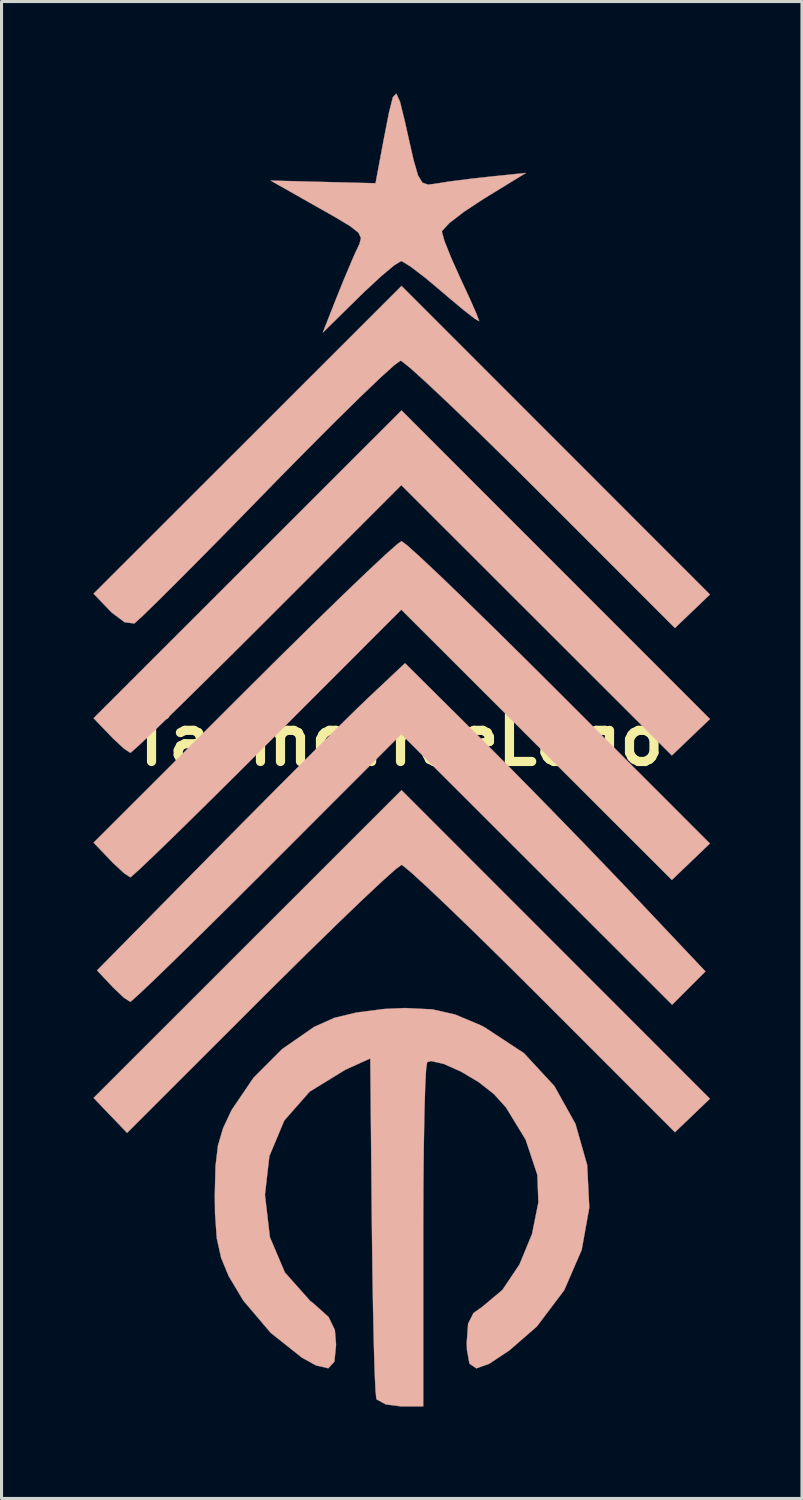
<source format=kicad_pcb>
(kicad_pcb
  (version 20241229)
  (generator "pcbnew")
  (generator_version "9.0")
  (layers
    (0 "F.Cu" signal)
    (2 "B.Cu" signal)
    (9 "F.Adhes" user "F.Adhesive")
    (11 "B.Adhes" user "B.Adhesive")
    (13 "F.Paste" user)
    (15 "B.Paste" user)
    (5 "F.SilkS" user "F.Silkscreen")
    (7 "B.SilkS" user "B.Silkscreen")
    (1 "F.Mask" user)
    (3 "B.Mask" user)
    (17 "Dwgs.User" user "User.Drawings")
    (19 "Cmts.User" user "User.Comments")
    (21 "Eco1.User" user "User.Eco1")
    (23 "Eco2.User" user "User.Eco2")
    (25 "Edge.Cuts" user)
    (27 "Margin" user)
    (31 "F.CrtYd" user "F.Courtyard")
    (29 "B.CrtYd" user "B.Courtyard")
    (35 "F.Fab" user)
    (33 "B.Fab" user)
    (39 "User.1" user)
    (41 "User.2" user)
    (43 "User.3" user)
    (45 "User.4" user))
  (footprint "TasmoTreeLogo"
    (layer "F.Cu")
    (at 9.952 21.118)
    (property "Reference" "TasmoTreeLogo" (at 0 0 0) (layer "F.SilkS") (effects (font (size 1.524 1.524) (thickness 0.3))))
    (attr through_hole)
    (fp_poly (pts (xy 10.172 -0.697) (xy 9.551 -0.102) (xy 8.93 0.493) (xy 4.514 -3.919) (xy 0.098 -8.331) (xy -4.267 -3.962) (xy -5.359 -2.873) (xy -6.359 -1.883) (xy -7.23 -1.027) (xy -7.937 -0.341) (xy -8.444 0.141) (xy -8.715 0.384) (xy -8.749 0.406) (xy -8.95 0.274) (xy -9.306 -0.056) (xy -9.406 -0.159) (xy -9.947 -0.724) (xy -4.921 -5.747) (xy 0.105 -10.77) (xy 10.172 -0.697)) (stroke (width 0.01) (type solid)) (fill yes) (layer "B.SilkS"))
    (fp_poly (pts (xy 10.172 11.699) (xy 9.03 12.792) (xy 4.669 8.428) (xy 3.574 7.339) (xy 2.566 6.348) (xy 1.683 5.493) (xy 0.96 4.807) (xy 0.436 4.326) (xy 0.146 4.085) (xy 0.105 4.064) (xy -0.084 4.203) (xy -0.523 4.595) (xy -1.174 5.205) (xy -2 5.999) (xy -2.966 6.942) (xy -4.034 7.997) (xy -4.476 8.438) (xy -8.854 12.813) (xy -9.401 12.242) (xy -9.947 11.672) (xy -4.921 6.649) (xy 0.105 1.626) (xy 10.172 11.699)) (stroke (width 0.01) (type solid)) (fill yes) (layer "B.SilkS"))
    (fp_poly (pts (xy 2.664 -0.091) (xy 3.714 0.963) (xy 4.912 2.183) (xy 6.133 3.44) (xy 7.249 4.604) (xy 7.567 4.939) (xy 10.025 7.542) (xy 8.938 8.63) (xy 4.518 4.213) (xy 0.098 -0.203) (xy -4.267 4.166) (xy -5.359 5.255) (xy -6.359 6.245) (xy -7.231 7.101) (xy -7.938 7.787) (xy -8.446 8.269) (xy -8.717 8.512) (xy -8.751 8.534) (xy -8.956 8.401) (xy -9.302 8.074) (xy -9.352 8.021) (xy -9.834 7.509) (xy -5.984 3.602) (xy -4.891 2.497) (xy -3.827 1.426) (xy -2.843 0.442) (xy -1.993 -0.403) (xy -1.33 -1.054) (xy -0.957 -1.411) (xy 0.219 -2.518) (xy 2.664 -0.091)) (stroke (width 0.01) (type solid)) (fill yes) (layer "B.SilkS"))
    (fp_poly (pts (xy 10.172 -4.761) (xy 9.03 -3.667) (xy 4.669 -8.031) (xy 3.572 -9.121) (xy 2.561 -10.112) (xy 1.673 -10.968) (xy 0.945 -11.653) (xy 0.414 -12.134) (xy 0.117 -12.374) (xy 0.073 -12.395) (xy -0.124 -12.255) (xy -0.564 -11.858) (xy -1.211 -11.241) (xy -2.026 -10.44) (xy -2.972 -9.493) (xy -4.012 -8.436) (xy -4.262 -8.179) (xy -5.321 -7.094) (xy -6.297 -6.102) (xy -7.15 -5.242) (xy -7.844 -4.552) (xy -8.339 -4.069) (xy -8.599 -3.832) (xy -8.621 -3.817) (xy -8.933 -3.855) (xy -9.362 -4.178) (xy -9.413 -4.23) (xy -9.947 -4.788) (xy -4.921 -9.811) (xy 0.105 -14.834) (xy 10.172 -4.761)) (stroke (width 0.01) (type solid)) (fill yes) (layer "B.SilkS"))
    (fp_poly (pts (xy 0.291 -6.364) (xy 0.729 -5.969) (xy 1.385 -5.352) (xy 2.223 -4.545) (xy 3.209 -3.582) (xy 4.309 -2.495) (xy 5.24 -1.568) (xy 10.171 3.367) (xy 9.551 3.962) (xy 8.93 4.557) (xy 4.514 0.145) (xy 0.098 -4.267) (xy -4.267 0.102) (xy -5.359 1.191) (xy -6.359 2.181) (xy -7.23 3.037) (xy -7.937 3.723) (xy -8.444 4.205) (xy -8.715 4.448) (xy -8.749 4.47) (xy -8.95 4.338) (xy -9.306 4.008) (xy -9.406 3.905) (xy -9.947 3.34) (xy -5.023 -1.581) (xy -3.857 -2.74) (xy -2.779 -3.802) (xy -1.821 -4.734) (xy -1.019 -5.502) (xy -0.407 -6.074) (xy -0.02 -6.416) (xy 0.105 -6.502) (xy 0.291 -6.364)) (stroke (width 0.01) (type solid)) (fill yes) (layer "B.SilkS"))
    (fp_poly (pts (xy 0.055 -20.849) (xy 0.213 -20.209) (xy 0.314 -19.753) (xy 0.499 -18.937) (xy 0.642 -18.446) (xy 0.787 -18.205) (xy 0.973 -18.14) (xy 1.205 -18.17) (xy 1.694 -18.247) (xy 2.405 -18.337) (xy 2.946 -18.397) (xy 4.166 -18.523) (xy 2.794 -17.683) (xy 2.149 -17.259) (xy 1.667 -16.888) (xy 1.433 -16.636) (xy 1.423 -16.6) (xy 1.505 -16.305) (xy 1.721 -15.762) (xy 2.024 -15.086) (xy 2.032 -15.069) (xy 2.334 -14.418) (xy 2.552 -13.923) (xy 2.641 -13.687) (xy 2.642 -13.684) (xy 2.502 -13.76) (xy 2.131 -14.048) (xy 1.602 -14.491) (xy 1.457 -14.616) (xy 0.872 -15.107) (xy 0.395 -15.47) (xy 0.116 -15.641) (xy 0.092 -15.646) (xy -0.128 -15.513) (xy -0.553 -15.158) (xy -1.101 -14.649) (xy -1.277 -14.478) (xy -2.465 -13.31) (xy -2.066 -14.326) (xy -1.78 -15.036) (xy -1.504 -15.69) (xy -1.397 -15.932) (xy -1.267 -16.204) (xy -1.218 -16.399) (xy -1.301 -16.574) (xy -1.57 -16.785) (xy -2.077 -17.089) (xy -2.876 -17.541) (xy -2.946 -17.581) (xy -4.166 -18.273) (xy -2.454 -18.229) (xy -0.743 -18.186) (xy -0.481 -19.586) (xy -0.306 -20.487) (xy -0.177 -20.994) (xy -0.066 -21.113) (xy 0.055 -20.849)) (stroke (width 0.01) (type solid)) (fill yes) (layer "B.SilkS"))
    (fp_poly (pts (xy 1.108 8.781) (xy 1.854 8.949) (xy 2.671 9.293) (xy 2.811 9.363) (xy 4.102 10.212) (xy 5.094 11.284) (xy 5.783 12.52) (xy 6.165 13.862) (xy 6.234 15.253) (xy 5.986 16.633) (xy 5.417 17.946) (xy 4.523 19.133) (xy 3.626 19.913) (xy 2.965 20.351) (xy 2.548 20.499) (xy 2.323 20.348) (xy 2.24 19.888) (xy 2.235 19.643) (xy 2.279 19.043) (xy 2.453 18.695) (xy 2.737 18.494) (xy 3.396 17.943) (xy 3.956 17.109) (xy 4.365 16.115) (xy 4.573 15.082) (xy 4.54 14.187) (xy 4.157 13.033) (xy 3.512 11.978) (xy 3.117 11.542) (xy 2.62 11.153) (xy 2.036 10.807) (xy 1.479 10.56) (xy 1.067 10.468) (xy 0.94 10.507) (xy 0.907 10.736) (xy 0.877 11.317) (xy 0.851 12.198) (xy 0.831 13.325) (xy 0.818 14.643) (xy 0.813 16.099) (xy 0.813 16.188) (xy 0.813 21.742) (xy 0.095 21.742) (xy -0.407 21.677) (xy -0.701 21.518) (xy -0.717 21.488) (xy -0.744 21.224) (xy -0.772 20.61) (xy -0.799 19.701) (xy -0.824 18.554) (xy -0.846 17.224) (xy -0.863 15.809) (xy -0.914 10.383) (xy -1.727 10.75) (xy -2.894 11.467) (xy -3.722 12.408) (xy -4.209 13.57) (xy -4.354 14.834) (xy -4.192 16.219) (xy -3.703 17.369) (xy -2.88 18.295) (xy -2.745 18.402) (xy -2.276 18.825) (xy -2.071 19.249) (xy -2.032 19.735) (xy -2.086 20.281) (xy -2.285 20.497) (xy -2.686 20.404) (xy -3.15 20.147) (xy -4.167 19.339) (xy -5.061 18.285) (xy -5.538 17.486) (xy -5.784 16.891) (xy -5.925 16.258) (xy -5.983 15.443) (xy -5.99 14.834) (xy -5.967 13.899) (xy -5.886 13.221) (xy -5.717 12.653) (xy -5.44 12.065) (xy -4.728 11.016) (xy -3.79 10.076) (xy -2.747 9.353) (xy -2.086 9.058) (xy -1.36 8.884) (xy -0.457 8.768) (xy 0.207 8.738) (xy 1.108 8.781)) (stroke (width 0.01) (type solid)) (fill yes) (layer "B.SilkS")))
  (gr_rect
    (start -3 -3)
    (end 23.129 45.866)
    (stroke (width 0.1) (type default))
    (fill no)
    (layer "Edge.Cuts")))
</source>
